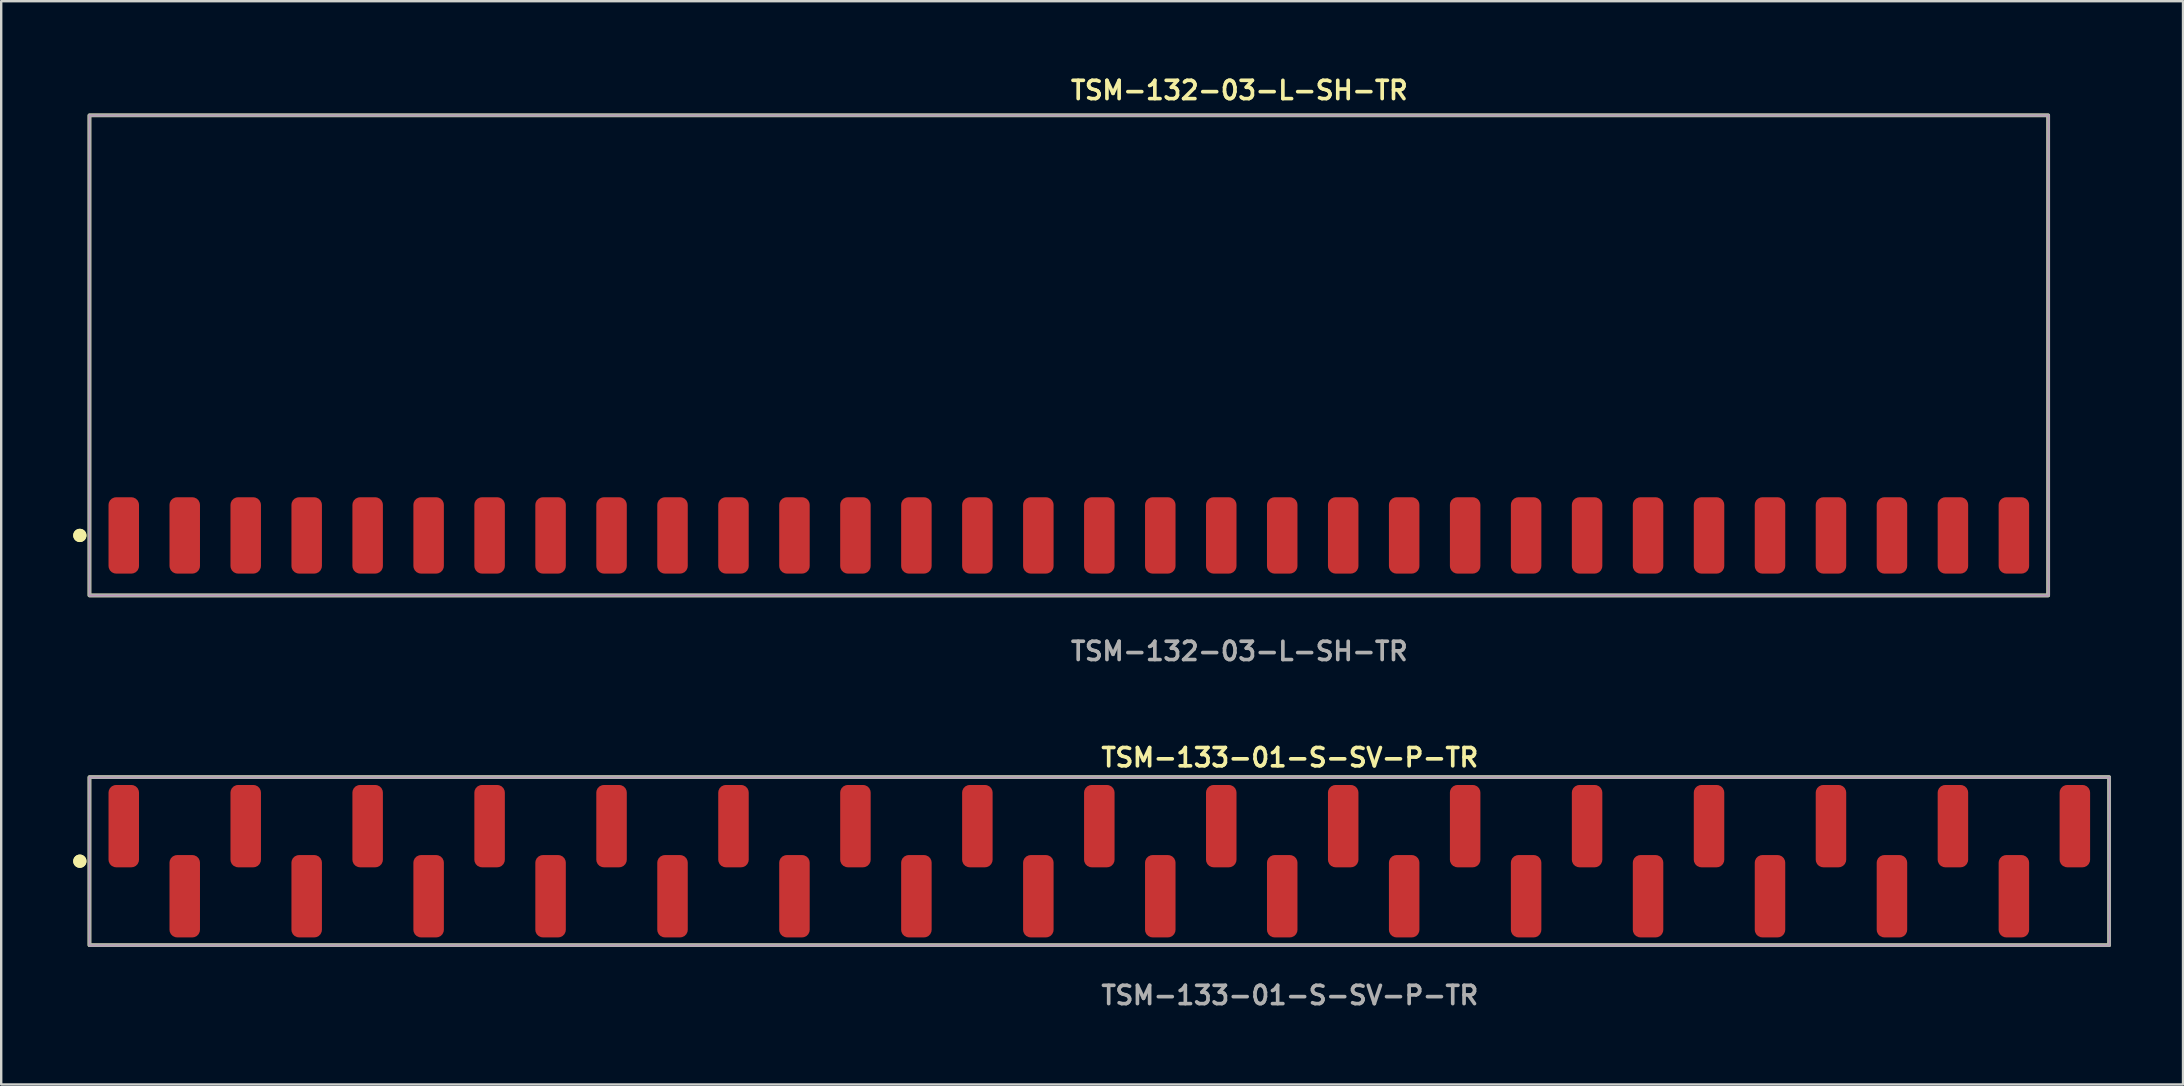
<source format=kicad_pcb>
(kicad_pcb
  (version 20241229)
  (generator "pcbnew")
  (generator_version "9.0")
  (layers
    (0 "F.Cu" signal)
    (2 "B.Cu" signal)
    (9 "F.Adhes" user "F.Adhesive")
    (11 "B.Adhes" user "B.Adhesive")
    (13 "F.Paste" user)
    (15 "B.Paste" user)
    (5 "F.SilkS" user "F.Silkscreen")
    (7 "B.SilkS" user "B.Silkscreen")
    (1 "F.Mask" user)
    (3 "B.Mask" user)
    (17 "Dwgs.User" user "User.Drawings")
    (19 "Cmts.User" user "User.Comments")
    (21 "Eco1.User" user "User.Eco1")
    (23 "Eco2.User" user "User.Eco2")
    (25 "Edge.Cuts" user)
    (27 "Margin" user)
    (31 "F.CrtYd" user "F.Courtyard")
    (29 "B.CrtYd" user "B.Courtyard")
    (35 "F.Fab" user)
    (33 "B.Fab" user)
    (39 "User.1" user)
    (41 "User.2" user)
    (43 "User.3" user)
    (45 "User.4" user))
  (footprint "TSM-132-03-L-SH-TR"
    (layer "F.Cu")
    (at 41.476 19.255)
    (property "Reference" "TSM-132-03-L-SH-TR" (at 0 -18.542 0) (unlocked yes) (layer "F.SilkS") (effects (font (size 0.762 0.762) (thickness 0.152)) (justify left)))
    (fp_rect (start -40.8 2.5) (end 40.8 -17.5) (stroke (width 0.152) (type solid)) (fill no) (layer "F.SilkS"))
    (fp_circle (center -41.2 0) (end -41.4 0) (stroke (width 0.152) (type solid)) (fill yes) (layer "F.SilkS"))
    (fp_circle (center -41.2 0) (end -41.4 0) (stroke (width 0.152) (type solid)) (fill yes) (layer "F.SilkS"))
    (fp_rect (start -40.8 2.5) (end 40.8 -17.5) (stroke (width 0.006) (type solid)) (fill no) (layer "F.CrtYd"))
    (fp_rect (start -40.8 2.5) (end 40.8 -17.5) (stroke (width 0.152) (type solid)) (fill no) (layer "F.Fab"))
    (fp_text user "${REFERENCE}" (at 0 4.826 0) (unlocked yes) (layer "F.Fab") (effects (font (size 0.762 0.762) (thickness 0.152)) (justify left)))
    (pad "1" smd roundrect (at -39.37 0) (size 1.27 3.18) (layers "F.Cu" "F.Paste") (roundrect_rratio 0.25))
    (pad "2" smd roundrect (at -36.83 0) (size 1.27 3.18) (layers "F.Cu" "F.Paste") (roundrect_rratio 0.25))
    (pad "3" smd roundrect (at -34.29 0) (size 1.27 3.18) (layers "F.Cu" "F.Paste") (roundrect_rratio 0.25))
    (pad "4" smd roundrect (at -31.75 0) (size 1.27 3.18) (layers "F.Cu" "F.Paste") (roundrect_rratio 0.25))
    (pad "5" smd roundrect (at -29.21 0) (size 1.27 3.18) (layers "F.Cu" "F.Paste") (roundrect_rratio 0.25))
    (pad "6" smd roundrect (at -26.67 0) (size 1.27 3.18) (layers "F.Cu" "F.Paste") (roundrect_rratio 0.25))
    (pad "7" smd roundrect (at -24.13 0) (size 1.27 3.18) (layers "F.Cu" "F.Paste") (roundrect_rratio 0.25))
    (pad "8" smd roundrect (at -21.59 0) (size 1.27 3.18) (layers "F.Cu" "F.Paste") (roundrect_rratio 0.25))
    (pad "9" smd roundrect (at -19.05 0) (size 1.27 3.18) (layers "F.Cu" "F.Paste") (roundrect_rratio 0.25))
    (pad "10" smd roundrect (at -16.51 0) (size 1.27 3.18) (layers "F.Cu" "F.Paste") (roundrect_rratio 0.25))
    (pad "11" smd roundrect (at -13.97 0) (size 1.27 3.18) (layers "F.Cu" "F.Paste") (roundrect_rratio 0.25))
    (pad "12" smd roundrect (at -11.43 0) (size 1.27 3.18) (layers "F.Cu" "F.Paste") (roundrect_rratio 0.25))
    (pad "13" smd roundrect (at -8.89 0) (size 1.27 3.18) (layers "F.Cu" "F.Paste") (roundrect_rratio 0.25))
    (pad "14" smd roundrect (at -6.35 0) (size 1.27 3.18) (layers "F.Cu" "F.Paste") (roundrect_rratio 0.25))
    (pad "15" smd roundrect (at -3.81 0) (size 1.27 3.18) (layers "F.Cu" "F.Paste") (roundrect_rratio 0.25))
    (pad "16" smd roundrect (at -1.27 0) (size 1.27 3.18) (layers "F.Cu" "F.Paste") (roundrect_rratio 0.25))
    (pad "17" smd roundrect (at 1.27 0) (size 1.27 3.18) (layers "F.Cu" "F.Paste") (roundrect_rratio 0.25))
    (pad "18" smd roundrect (at 3.81 0) (size 1.27 3.18) (layers "F.Cu" "F.Paste") (roundrect_rratio 0.25))
    (pad "19" smd roundrect (at 6.35 0) (size 1.27 3.18) (layers "F.Cu" "F.Paste") (roundrect_rratio 0.25))
    (pad "20" smd roundrect (at 8.89 0) (size 1.27 3.18) (layers "F.Cu" "F.Paste") (roundrect_rratio 0.25))
    (pad "21" smd roundrect (at 11.43 0) (size 1.27 3.18) (layers "F.Cu" "F.Paste") (roundrect_rratio 0.25))
    (pad "22" smd roundrect (at 13.97 0) (size 1.27 3.18) (layers "F.Cu" "F.Paste") (roundrect_rratio 0.25))
    (pad "23" smd roundrect (at 16.51 0) (size 1.27 3.18) (layers "F.Cu" "F.Paste") (roundrect_rratio 0.25))
    (pad "24" smd roundrect (at 19.05 0) (size 1.27 3.18) (layers "F.Cu" "F.Paste") (roundrect_rratio 0.25))
    (pad "25" smd roundrect (at 21.59 0) (size 1.27 3.18) (layers "F.Cu" "F.Paste") (roundrect_rratio 0.25))
    (pad "26" smd roundrect (at 24.13 0) (size 1.27 3.18) (layers "F.Cu" "F.Paste") (roundrect_rratio 0.25))
    (pad "27" smd roundrect (at 26.67 0) (size 1.27 3.18) (layers "F.Cu" "F.Paste") (roundrect_rratio 0.25))
    (pad "28" smd roundrect (at 29.21 0) (size 1.27 3.18) (layers "F.Cu" "F.Paste") (roundrect_rratio 0.25))
    (pad "29" smd roundrect (at 31.75 0) (size 1.27 3.18) (layers "F.Cu" "F.Paste") (roundrect_rratio 0.25))
    (pad "30" smd roundrect (at 34.29 0) (size 1.27 3.18) (layers "F.Cu" "F.Paste") (roundrect_rratio 0.25))
    (pad "31" smd roundrect (at 36.83 0) (size 1.27 3.18) (layers "F.Cu" "F.Paste") (roundrect_rratio 0.25))
    (pad "32" smd roundrect (at 39.37 0) (size 1.27 3.18) (layers "F.Cu" "F.Paste") (roundrect_rratio 0.25)))
  (footprint "TSM-133-01-S-SV-P-TR"
    (layer "F.Cu")
    (at 42.746 32.826)
    (property "Reference" "TSM-133-01-S-SV-P-TR" (at 0 -4.318 0) (unlocked yes) (layer "F.SilkS") (effects (font (size 0.762 0.762) (thickness 0.152)) (justify left)))
    (fp_rect (start -42.07 3.5) (end 42.07 -3.5) (stroke (width 0.152) (type solid)) (fill no) (layer "F.SilkS"))
    (fp_circle (center -42.47 0) (end -42.67 0) (stroke (width 0.152) (type solid)) (fill yes) (layer "F.SilkS"))
    (fp_circle (center -42.47 0) (end -42.67 0) (stroke (width 0.152) (type solid)) (fill yes) (layer "F.SilkS"))
    (fp_rect (start -42.07 3.5) (end 42.07 -3.5) (stroke (width 0.006) (type solid)) (fill no) (layer "F.CrtYd"))
    (fp_rect (start -42.07 3.5) (end 42.07 -3.5) (stroke (width 0.152) (type solid)) (fill no) (layer "F.Fab"))
    (fp_text user "${REFERENCE}" (at 0 5.588 0) (unlocked yes) (layer "F.Fab") (effects (font (size 0.762 0.762) (thickness 0.152)) (justify left)))
    (pad "1" smd roundrect (at -40.64 -1.46) (size 1.27 3.43) (layers "F.Cu" "F.Paste") (roundrect_rratio 0.25))
    (pad "2" smd roundrect (at -38.1 1.46) (size 1.27 3.43) (layers "F.Cu" "F.Paste") (roundrect_rratio 0.25))
    (pad "3" smd roundrect (at -35.56 -1.46) (size 1.27 3.43) (layers "F.Cu" "F.Paste") (roundrect_rratio 0.25))
    (pad "4" smd roundrect (at -33.02 1.46) (size 1.27 3.43) (layers "F.Cu" "F.Paste") (roundrect_rratio 0.25))
    (pad "5" smd roundrect (at -30.48 -1.46) (size 1.27 3.43) (layers "F.Cu" "F.Paste") (roundrect_rratio 0.25))
    (pad "6" smd roundrect (at -27.94 1.46) (size 1.27 3.43) (layers "F.Cu" "F.Paste") (roundrect_rratio 0.25))
    (pad "7" smd roundrect (at -25.4 -1.46) (size 1.27 3.43) (layers "F.Cu" "F.Paste") (roundrect_rratio 0.25))
    (pad "8" smd roundrect (at -22.86 1.46) (size 1.27 3.43) (layers "F.Cu" "F.Paste") (roundrect_rratio 0.25))
    (pad "9" smd roundrect (at -20.32 -1.46) (size 1.27 3.43) (layers "F.Cu" "F.Paste") (roundrect_rratio 0.25))
    (pad "10" smd roundrect (at -17.78 1.46) (size 1.27 3.43) (layers "F.Cu" "F.Paste") (roundrect_rratio 0.25))
    (pad "11" smd roundrect (at -15.24 -1.46) (size 1.27 3.43) (layers "F.Cu" "F.Paste") (roundrect_rratio 0.25))
    (pad "12" smd roundrect (at -12.7 1.46) (size 1.27 3.43) (layers "F.Cu" "F.Paste") (roundrect_rratio 0.25))
    (pad "13" smd roundrect (at -10.16 -1.46) (size 1.27 3.43) (layers "F.Cu" "F.Paste") (roundrect_rratio 0.25))
    (pad "14" smd roundrect (at -7.62 1.46) (size 1.27 3.43) (layers "F.Cu" "F.Paste") (roundrect_rratio 0.25))
    (pad "15" smd roundrect (at -5.08 -1.46) (size 1.27 3.43) (layers "F.Cu" "F.Paste") (roundrect_rratio 0.25))
    (pad "16" smd roundrect (at -2.54 1.46) (size 1.27 3.43) (layers "F.Cu" "F.Paste") (roundrect_rratio 0.25))
    (pad "17" smd roundrect (at 0 -1.46) (size 1.27 3.43) (layers "F.Cu" "F.Paste") (roundrect_rratio 0.25))
    (pad "18" smd roundrect (at 2.54 1.46) (size 1.27 3.43) (layers "F.Cu" "F.Paste") (roundrect_rratio 0.25))
    (pad "19" smd roundrect (at 5.08 -1.46) (size 1.27 3.43) (layers "F.Cu" "F.Paste") (roundrect_rratio 0.25))
    (pad "20" smd roundrect (at 7.62 1.46) (size 1.27 3.43) (layers "F.Cu" "F.Paste") (roundrect_rratio 0.25))
    (pad "21" smd roundrect (at 10.16 -1.46) (size 1.27 3.43) (layers "F.Cu" "F.Paste") (roundrect_rratio 0.25))
    (pad "22" smd roundrect (at 12.7 1.46) (size 1.27 3.43) (layers "F.Cu" "F.Paste") (roundrect_rratio 0.25))
    (pad "23" smd roundrect (at 15.24 -1.46) (size 1.27 3.43) (layers "F.Cu" "F.Paste") (roundrect_rratio 0.25))
    (pad "24" smd roundrect (at 17.78 1.46) (size 1.27 3.43) (layers "F.Cu" "F.Paste") (roundrect_rratio 0.25))
    (pad "25" smd roundrect (at 20.32 -1.46) (size 1.27 3.43) (layers "F.Cu" "F.Paste") (roundrect_rratio 0.25))
    (pad "26" smd roundrect (at 22.86 1.46) (size 1.27 3.43) (layers "F.Cu" "F.Paste") (roundrect_rratio 0.25))
    (pad "27" smd roundrect (at 25.4 -1.46) (size 1.27 3.43) (layers "F.Cu" "F.Paste") (roundrect_rratio 0.25))
    (pad "28" smd roundrect (at 27.94 1.46) (size 1.27 3.43) (layers "F.Cu" "F.Paste") (roundrect_rratio 0.25))
    (pad "29" smd roundrect (at 30.48 -1.46) (size 1.27 3.43) (layers "F.Cu" "F.Paste") (roundrect_rratio 0.25))
    (pad "30" smd roundrect (at 33.02 1.46) (size 1.27 3.43) (layers "F.Cu" "F.Paste") (roundrect_rratio 0.25))
    (pad "31" smd roundrect (at 35.56 -1.46) (size 1.27 3.43) (layers "F.Cu" "F.Paste") (roundrect_rratio 0.25))
    (pad "32" smd roundrect (at 38.1 1.46) (size 1.27 3.43) (layers "F.Cu" "F.Paste") (roundrect_rratio 0.25))
    (pad "33" smd roundrect (at 40.64 -1.46) (size 1.27 3.43) (layers "F.Cu" "F.Paste") (roundrect_rratio 0.25)))
  (gr_rect
    (start -3 -3)
    (end 87.892 42.127)
    (stroke (width 0.1) (type default))
    (fill no)
    (layer "Edge.Cuts")))
</source>
